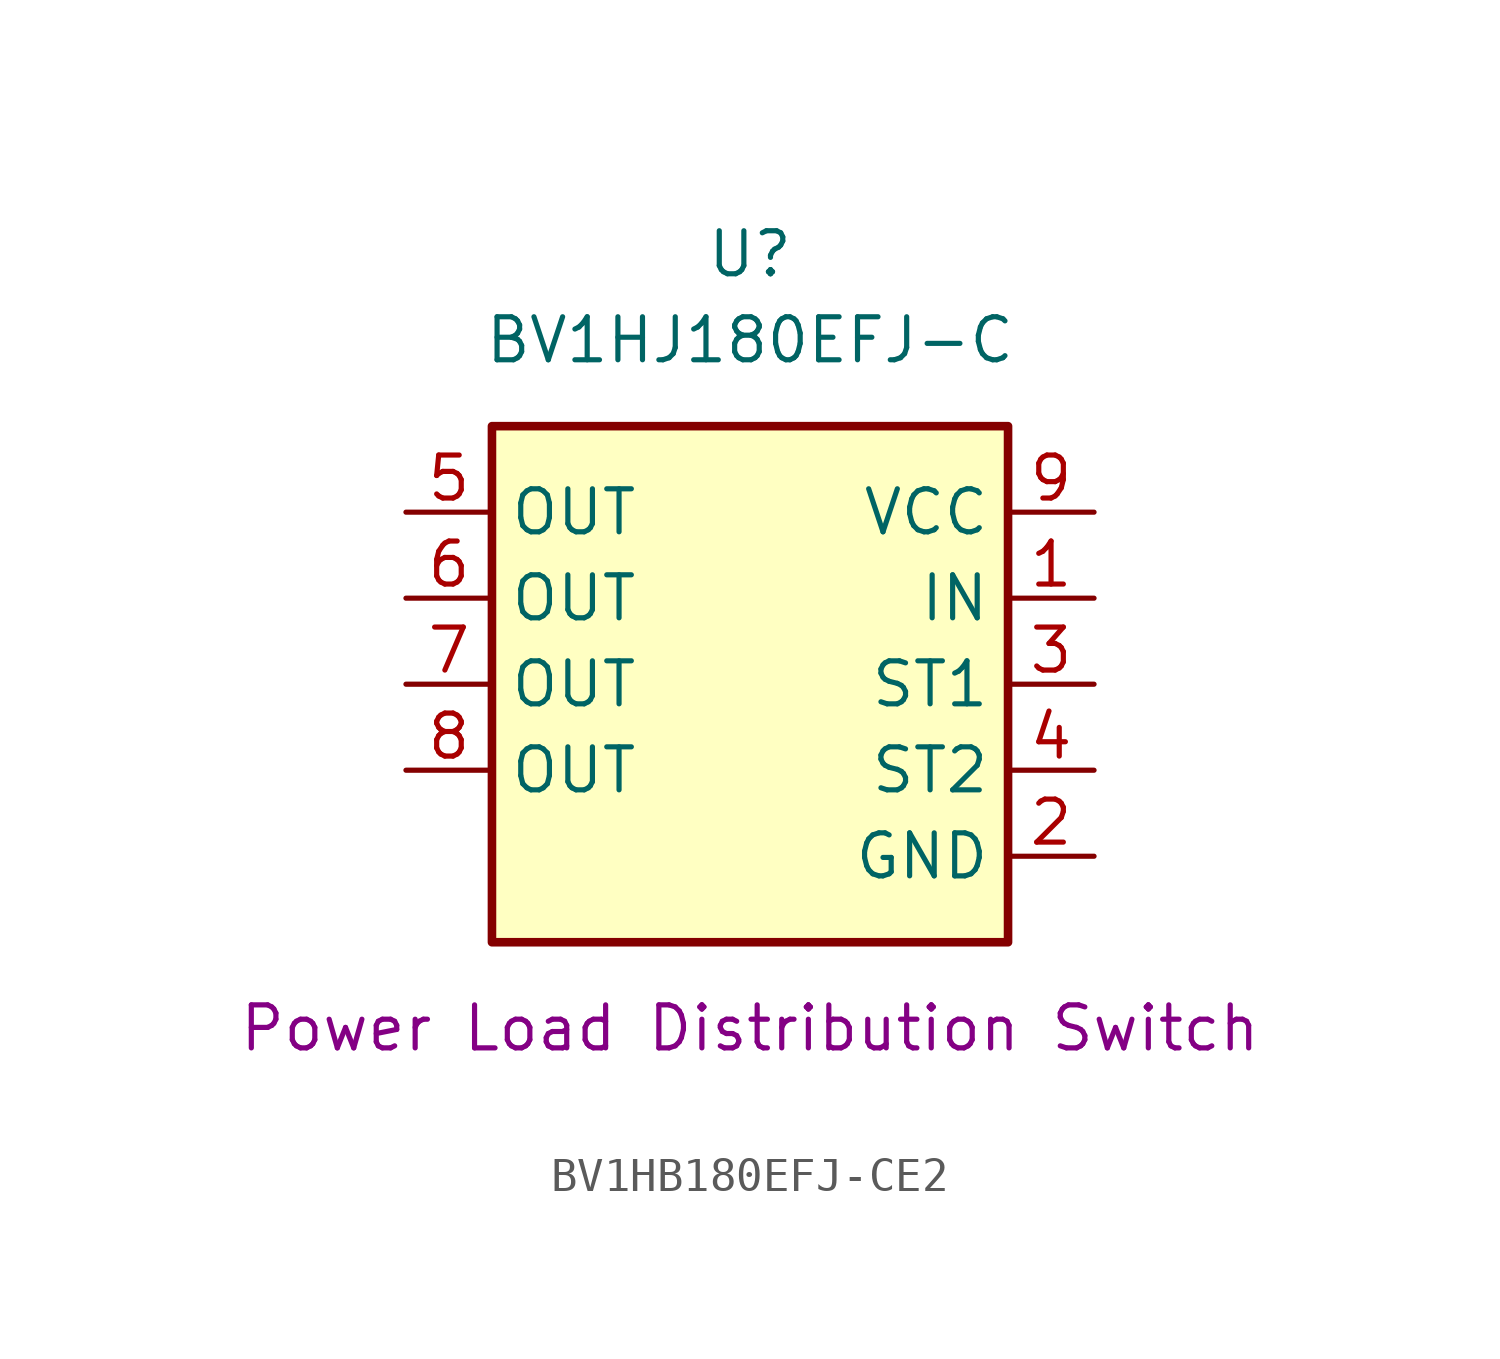
<source format=kicad_sym>
(kicad_symbol_lib
  (version 20241209)
  (generator "kicad_symbol_editor")
  (generator_version "9.0")
  (symbol "BV1HB180EFJ-CE2"
    (property "Reference" "U"
      (at 7.62 7.62 0)
      (effects (font (size 1.27 1.27))))
    (property "Value" "BV1HJ180EFJ-C"
      (at 7.62 5.08 0)
      (effects (font (size 1.27 1.27))))
    (property "Description" "Power Load Distribution Switch"
      (at 7.62 -15.24 0)
      (effects (font (size 1.27 1.27))))
    (symbol "BV1HB180EFJ-CE2_1_0"
      (pin passive line (at 17.78 0 180) (length 2.54) (name "VCC" (effects (font (size 1.27 1.27)))) (number "9" (effects (font (size 1.27 1.27))))))
    (symbol "BV1HB180EFJ-CE2_1_1"
      (rectangle (start 0 2.54) (end 15.24 -12.7) (stroke (width 0.254) (type default)) (fill (type background)))
      (pin passive line (at -2.54 0 0) (length 2.54) (name "OUT" (effects (font (size 1.27 1.27)))) (number "5" (effects (font (size 1.27 1.27)))))
      (pin passive line (at -2.54 -2.54 0) (length 2.54) (name "OUT" (effects (font (size 1.27 1.27)))) (number "6" (effects (font (size 1.27 1.27)))))
      (pin passive line (at -2.54 -5.08 0) (length 2.54) (name "OUT" (effects (font (size 1.27 1.27)))) (number "7" (effects (font (size 1.27 1.27)))))
      (pin passive line (at -2.54 -7.62 0) (length 2.54) (name "OUT" (effects (font (size 1.27 1.27)))) (number "8" (effects (font (size 1.27 1.27)))))
      (pin passive line (at 17.78 -2.54 180) (length 2.54) (name "IN" (effects (font (size 1.27 1.27)))) (number "1" (effects (font (size 1.27 1.27)))))
      (pin passive line (at 17.78 -5.08 180) (length 2.54) (name "ST1" (effects (font (size 1.27 1.27)))) (number "3" (effects (font (size 1.27 1.27)))))
      (pin passive line (at 17.78 -7.62 180) (length 2.54) (name "ST2" (effects (font (size 1.27 1.27)))) (number "4" (effects (font (size 1.27 1.27)))))
      (pin passive line (at 17.78 -10.16 180) (length 2.54) (name "GND" (effects (font (size 1.27 1.27)))) (number "2" (effects (font (size 1.27 1.27))))))))
</source>
